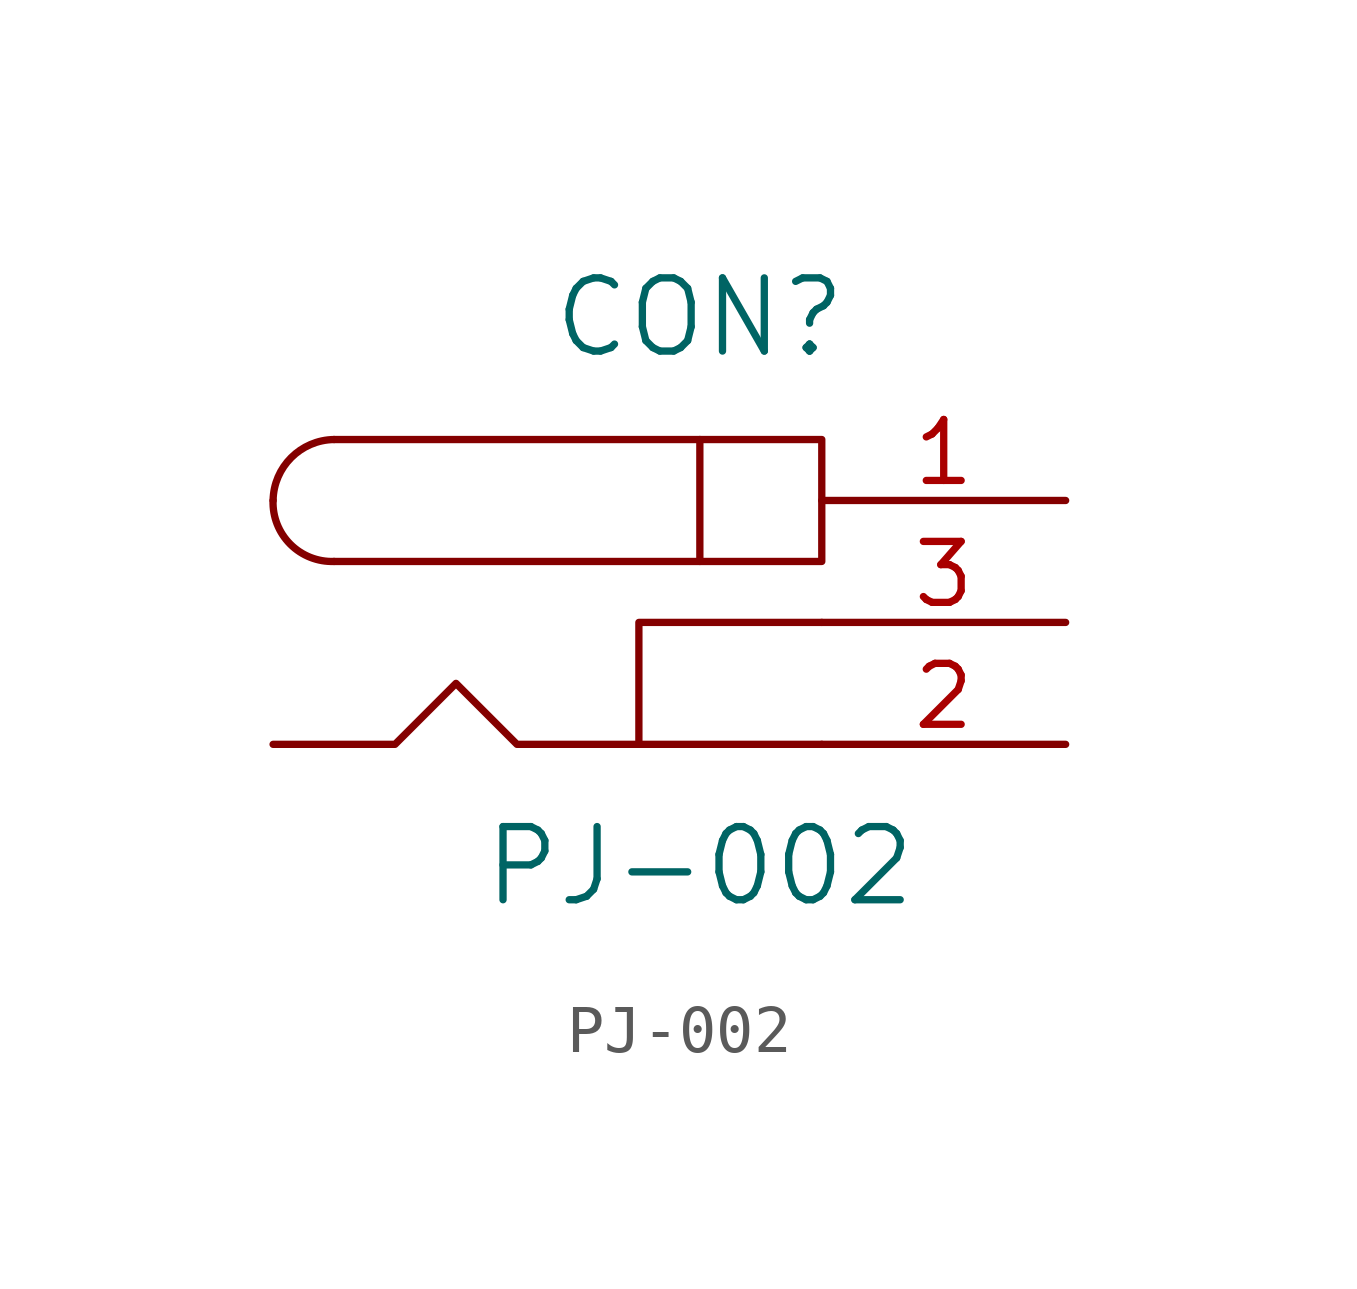
<source format=kicad_sym>
(kicad_symbol_lib
  (version 20211014)
  (generator kicad_symbol_editor)
  (symbol "PJ-002"
    (pin_names
      (offset 1.016))
    (property "Reference" "CON"
      (at 0 6.35 0)
      (effects (font (size 1.524 1.524))))
    (property "Value" "PJ-002"
      (at 0 -5.08 0)
      (effects (font (size 1.524 1.524))))
    (property "Datasheet" ""
      (at 0 0 0)
      (effects (font (size 1.524 1.524))))
    (symbol "PJ-002_0_1"
      (arc (start -8.89 2.54) (mid -8.5271 1.6254) (end -7.62 1.27) (stroke (width 0) (type default) (color 0 0 0 0)) (fill (type none)))
      (arc (start -7.62 3.81) (mid -8.5088 3.4366) (end -8.89 2.54) (stroke (width 0) (type default) (color 0 0 0 0)) (fill (type none)))
      (polyline (pts (xy -7.62 1.27) (xy 0 1.27)) (stroke (width 0) (type default) (color 0 0 0 0)) (fill (type none)))
      (polyline (pts (xy 0 3.81) (xy -7.62 3.81)) (stroke (width 0) (type default) (color 0 0 0 0)) (fill (type none)))
      (polyline (pts (xy 2.54 0) (xy -1.27 0) (xy -1.27 -2.54)) (stroke (width 0) (type default) (color 0 0 0 0)) (fill (type none)))
      (polyline (pts (xy 2.54 -2.54) (xy -3.81 -2.54) (xy -5.08 -1.27) (xy -6.35 -2.54) (xy -8.89 -2.54)) (stroke (width 0) (type default) (color 0 0 0 0)) (fill (type none)))
      (rectangle (start 2.54 3.81) (end 0 1.27) (stroke (width 0) (type default) (color 0 0 0 0)) (fill (type none))))
    (symbol "PJ-002_1_1"
      (pin passive line (at 7.62 2.54 180) (length 5.08) (name "~" (effects (font (size 1.27 1.27)))) (number "1" (effects (font (size 1.27 1.27)))))
      (pin passive line (at 7.62 -2.54 180) (length 5.08) (name "~" (effects (font (size 1.27 1.27)))) (number "2" (effects (font (size 1.27 1.27)))))
      (pin passive line (at 7.62 0 180) (length 5.08) (name "~" (effects (font (size 1.27 1.27)))) (number "3" (effects (font (size 1.27 1.27))))))))
</source>
